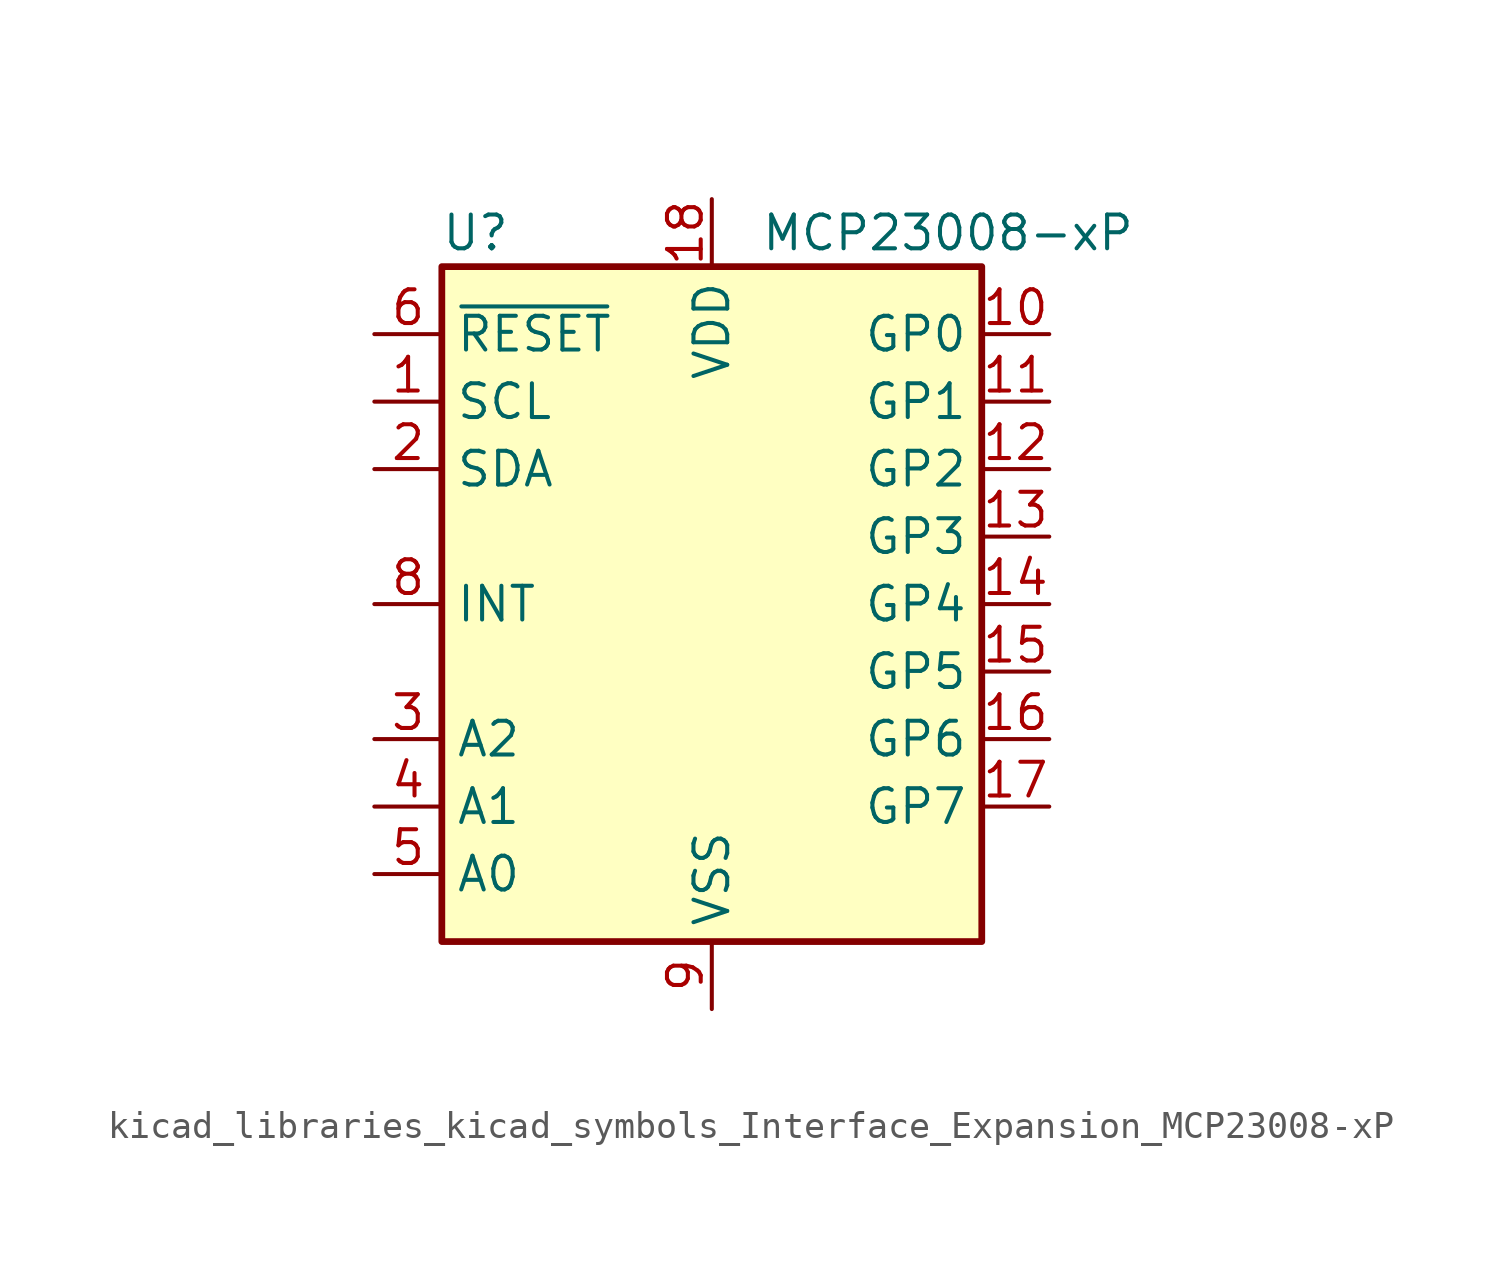
<source format=kicad_sym>
(kicad_symbol_lib
  (version 20220914)
  (generator kicad_symbol_editor)
  (symbol "kicad_libraries_kicad_symbols_Interface_Expansion_MCP23008-xP"
    (property "Reference" "U"
      (at -8.89 13.97 0)
      (effects (font (size 1.27 1.27))))
    (property "Value" "MCP23008-xP"
      (at 8.89 13.97 0)
      (effects (font (size 1.27 1.27))))
    (symbol "kicad_libraries_kicad_symbols_Interface_Expansion_MCP23008-xP_0_1"
      (rectangle (start -10.16 12.7) (end 10.16 -12.7) (stroke (width 0.254) (type default)) (fill (type background))))
    (symbol "kicad_libraries_kicad_symbols_Interface_Expansion_MCP23008-xP_1_1"
      (pin input line (at -12.7 7.62 0) (length 2.54) (name "SCL" (effects (font (size 1.27 1.27)))) (number "1" (effects (font (size 1.27 1.27)))))
      (pin bidirectional line (at 12.7 10.16 180) (length 2.54) (name "GP0" (effects (font (size 1.27 1.27)))) (number "10" (effects (font (size 1.27 1.27)))))
      (pin bidirectional line (at 12.7 7.62 180) (length 2.54) (name "GP1" (effects (font (size 1.27 1.27)))) (number "11" (effects (font (size 1.27 1.27)))))
      (pin bidirectional line (at 12.7 5.08 180) (length 2.54) (name "GP2" (effects (font (size 1.27 1.27)))) (number "12" (effects (font (size 1.27 1.27)))))
      (pin bidirectional line (at 12.7 2.54 180) (length 2.54) (name "GP3" (effects (font (size 1.27 1.27)))) (number "13" (effects (font (size 1.27 1.27)))))
      (pin bidirectional line (at 12.7 0 180) (length 2.54) (name "GP4" (effects (font (size 1.27 1.27)))) (number "14" (effects (font (size 1.27 1.27)))))
      (pin bidirectional line (at 12.7 -2.54 180) (length 2.54) (name "GP5" (effects (font (size 1.27 1.27)))) (number "15" (effects (font (size 1.27 1.27)))))
      (pin bidirectional line (at 12.7 -5.08 180) (length 2.54) (name "GP6" (effects (font (size 1.27 1.27)))) (number "16" (effects (font (size 1.27 1.27)))))
      (pin bidirectional line (at 12.7 -7.62 180) (length 2.54) (name "GP7" (effects (font (size 1.27 1.27)))) (number "17" (effects (font (size 1.27 1.27)))))
      (pin power_in line (at 0 15.24 270) (length 2.54) (name "VDD" (effects (font (size 1.27 1.27)))) (number "18" (effects (font (size 1.27 1.27)))))
      (pin bidirectional line (at -12.7 5.08 0) (length 2.54) (name "SDA" (effects (font (size 1.27 1.27)))) (number "2" (effects (font (size 1.27 1.27)))))
      (pin input line (at -12.7 -5.08 0) (length 2.54) (name "A2" (effects (font (size 1.27 1.27)))) (number "3" (effects (font (size 1.27 1.27)))))
      (pin input line (at -12.7 -7.62 0) (length 2.54) (name "A1" (effects (font (size 1.27 1.27)))) (number "4" (effects (font (size 1.27 1.27)))))
      (pin input line (at -12.7 -10.16 0) (length 2.54) (name "A0" (effects (font (size 1.27 1.27)))) (number "5" (effects (font (size 1.27 1.27)))))
      (pin input line (at -12.7 10.16 0) (length 2.54) (name "~{RESET}" (effects (font (size 1.27 1.27)))) (number "6" (effects (font (size 1.27 1.27)))))
      (pin no_connect line (at -10.16 -2.54 0) (length 2.54) hide (name "NC" (effects (font (size 1.27 1.27)))) (number "7" (effects (font (size 1.27 1.27)))))
      (pin output line (at -12.7 0 0) (length 2.54) (name "INT" (effects (font (size 1.27 1.27)))) (number "8" (effects (font (size 1.27 1.27)))) (alternate "INT" open_collector line))
      (pin power_in line (at 0 -15.24 90) (length 2.54) (name "VSS" (effects (font (size 1.27 1.27)))) (number "9" (effects (font (size 1.27 1.27))))))))
</source>
